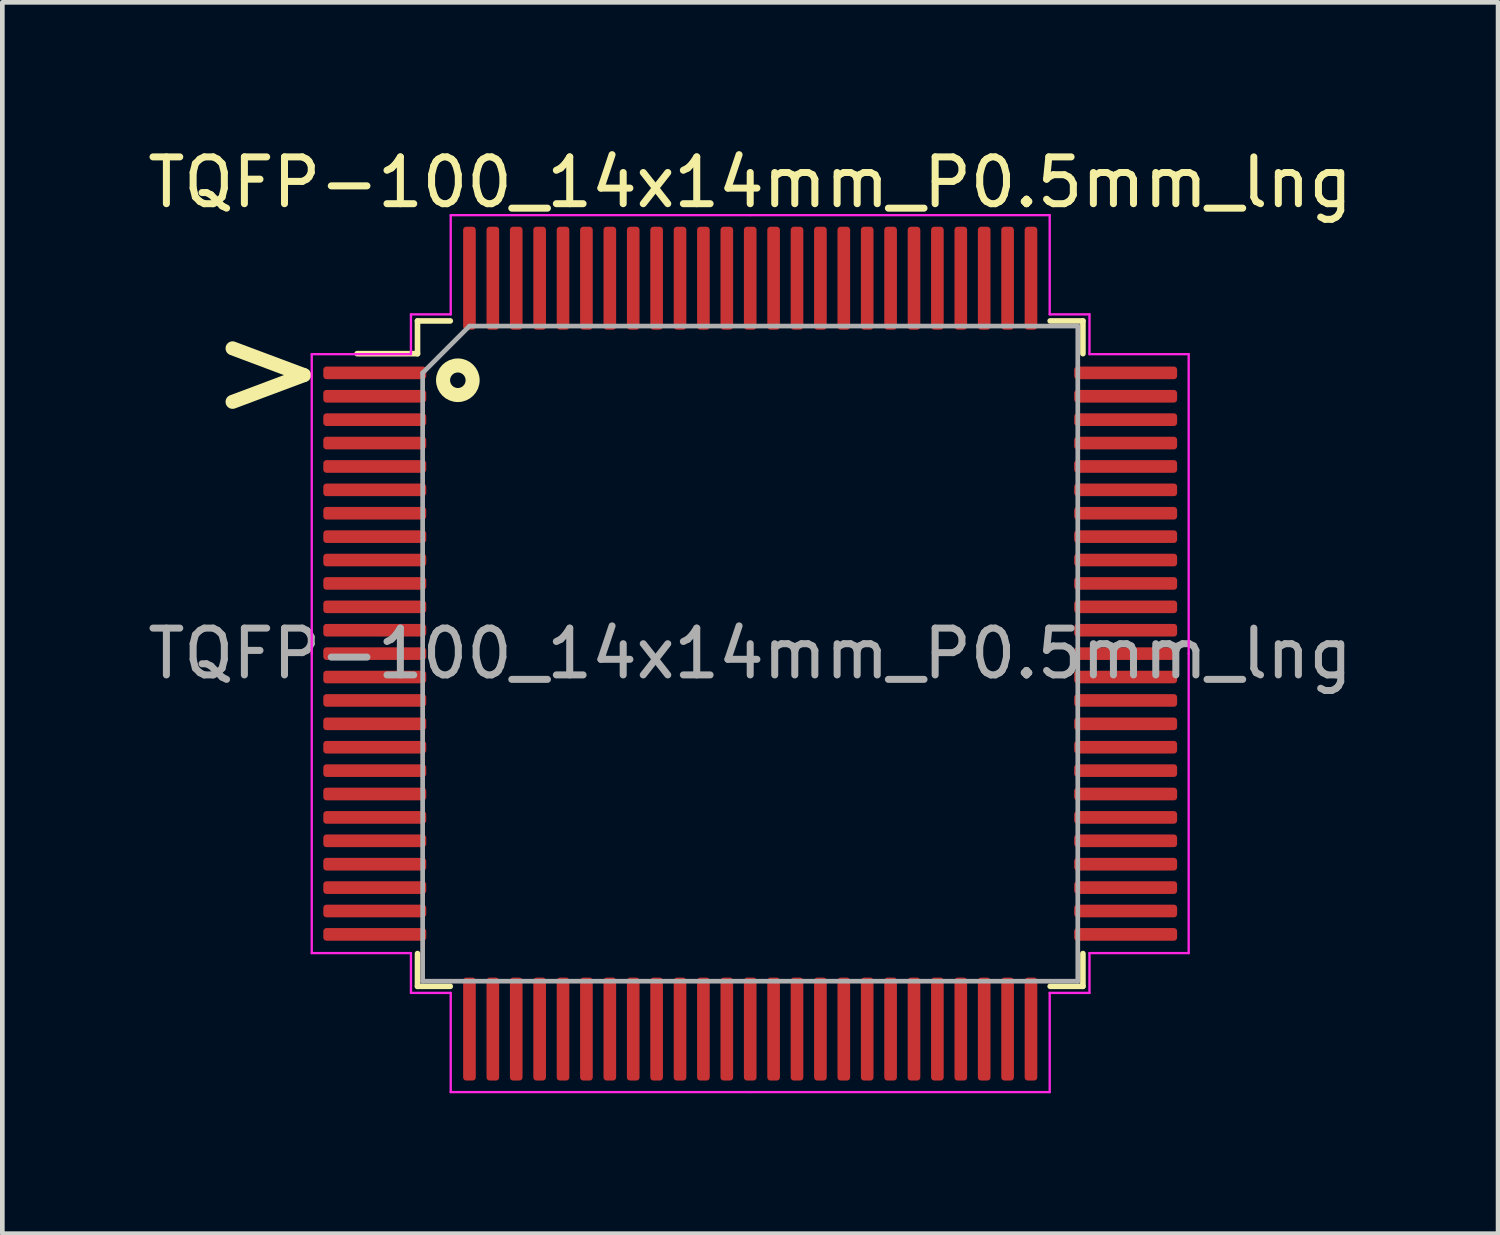
<source format=kicad_pcb>
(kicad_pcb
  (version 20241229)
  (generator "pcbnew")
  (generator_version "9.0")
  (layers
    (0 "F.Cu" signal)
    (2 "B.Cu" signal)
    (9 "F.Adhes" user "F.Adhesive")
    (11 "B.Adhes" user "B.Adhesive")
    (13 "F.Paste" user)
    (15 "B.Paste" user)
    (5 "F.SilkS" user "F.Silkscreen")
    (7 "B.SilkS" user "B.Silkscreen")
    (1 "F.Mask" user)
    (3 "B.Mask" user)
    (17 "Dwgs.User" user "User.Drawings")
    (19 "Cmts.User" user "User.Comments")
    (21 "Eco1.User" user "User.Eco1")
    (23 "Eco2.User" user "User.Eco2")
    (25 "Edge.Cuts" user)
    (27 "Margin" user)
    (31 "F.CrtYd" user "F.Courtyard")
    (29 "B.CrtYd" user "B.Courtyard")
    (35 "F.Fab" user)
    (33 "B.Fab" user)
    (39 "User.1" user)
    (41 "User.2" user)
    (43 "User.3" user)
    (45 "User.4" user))
  (footprint "TQFP-100_14x14mm_P0.5mm_lng"
    (layer "F.Cu")
    (at 12.982 10.918)
    (property "Reference" "TQFP-100_14x14mm_P0.5mm_lng" (at 0 -10.07 0) (layer "F.SilkS") (effects (font (size 1 1) (thickness 0.15))))
    (attr smd)
    (fp_line (start -7.11 -7.11) (end -7.11 -6.41) (stroke (width 0.12) (type solid)) (layer "F.SilkS"))
    (fp_line (start -7.11 -6.41) (end -8.4 -6.41) (stroke (width 0.12) (type solid)) (layer "F.SilkS"))
    (fp_line (start -7.11 7.11) (end -7.11 6.41) (stroke (width 0.12) (type solid)) (layer "F.SilkS"))
    (fp_line (start -6.41 -7.11) (end -7.11 -7.11) (stroke (width 0.12) (type solid)) (layer "F.SilkS"))
    (fp_line (start -6.41 7.11) (end -7.11 7.11) (stroke (width 0.12) (type solid)) (layer "F.SilkS"))
    (fp_line (start 6.41 -7.11) (end 7.11 -7.11) (stroke (width 0.12) (type solid)) (layer "F.SilkS"))
    (fp_line (start 6.41 7.11) (end 7.11 7.11) (stroke (width 0.12) (type solid)) (layer "F.SilkS"))
    (fp_line (start 7.11 -7.11) (end 7.11 -6.41) (stroke (width 0.12) (type solid)) (layer "F.SilkS"))
    (fp_line (start 7.11 7.11) (end 7.11 6.41) (stroke (width 0.12) (type solid)) (layer "F.SilkS"))
    (fp_circle (center -6.248 -5.842) (end -5.932 -5.842) (stroke (width 0.3) (type solid)) (fill no) (layer "F.SilkS"))
    (fp_line (start -9.37 -6.4) (end -9.37 0) (stroke (width 0.05) (type solid)) (layer "F.CrtYd"))
    (fp_line (start -9.37 6.4) (end -9.37 0) (stroke (width 0.05) (type solid)) (layer "F.CrtYd"))
    (fp_line (start -7.25 -7.25) (end -7.25 -6.4) (stroke (width 0.05) (type solid)) (layer "F.CrtYd"))
    (fp_line (start -7.25 -6.4) (end -9.37 -6.4) (stroke (width 0.05) (type solid)) (layer "F.CrtYd"))
    (fp_line (start -7.25 6.4) (end -9.37 6.4) (stroke (width 0.05) (type solid)) (layer "F.CrtYd"))
    (fp_line (start -7.25 7.25) (end -7.25 6.4) (stroke (width 0.05) (type solid)) (layer "F.CrtYd"))
    (fp_line (start -6.4 -9.37) (end -6.4 -7.25) (stroke (width 0.05) (type solid)) (layer "F.CrtYd"))
    (fp_line (start -6.4 -7.25) (end -7.25 -7.25) (stroke (width 0.05) (type solid)) (layer "F.CrtYd"))
    (fp_line (start -6.4 7.25) (end -7.25 7.25) (stroke (width 0.05) (type solid)) (layer "F.CrtYd"))
    (fp_line (start -6.4 9.37) (end -6.4 7.25) (stroke (width 0.05) (type solid)) (layer "F.CrtYd"))
    (fp_line (start 0 -9.37) (end -6.4 -9.37) (stroke (width 0.05) (type solid)) (layer "F.CrtYd"))
    (fp_line (start 0 -9.37) (end 6.4 -9.37) (stroke (width 0.05) (type solid)) (layer "F.CrtYd"))
    (fp_line (start 0 9.37) (end -6.4 9.37) (stroke (width 0.05) (type solid)) (layer "F.CrtYd"))
    (fp_line (start 0 9.37) (end 6.4 9.37) (stroke (width 0.05) (type solid)) (layer "F.CrtYd"))
    (fp_line (start 6.4 -9.37) (end 6.4 -7.25) (stroke (width 0.05) (type solid)) (layer "F.CrtYd"))
    (fp_line (start 6.4 -7.25) (end 7.25 -7.25) (stroke (width 0.05) (type solid)) (layer "F.CrtYd"))
    (fp_line (start 6.4 7.25) (end 7.25 7.25) (stroke (width 0.05) (type solid)) (layer "F.CrtYd"))
    (fp_line (start 6.4 9.37) (end 6.4 7.25) (stroke (width 0.05) (type solid)) (layer "F.CrtYd"))
    (fp_line (start 7.25 -7.25) (end 7.25 -6.4) (stroke (width 0.05) (type solid)) (layer "F.CrtYd"))
    (fp_line (start 7.25 -6.4) (end 9.37 -6.4) (stroke (width 0.05) (type solid)) (layer "F.CrtYd"))
    (fp_line (start 7.25 6.4) (end 9.37 6.4) (stroke (width 0.05) (type solid)) (layer "F.CrtYd"))
    (fp_line (start 7.25 7.25) (end 7.25 6.4) (stroke (width 0.05) (type solid)) (layer "F.CrtYd"))
    (fp_line (start 9.37 -6.4) (end 9.37 0) (stroke (width 0.05) (type solid)) (layer "F.CrtYd"))
    (fp_line (start 9.37 6.4) (end 9.37 0) (stroke (width 0.05) (type solid)) (layer "F.CrtYd"))
    (fp_line (start -7 -6) (end -6 -7) (stroke (width 0.1) (type solid)) (layer "F.Fab"))
    (fp_line (start -7 7) (end -7 -6) (stroke (width 0.1) (type solid)) (layer "F.Fab"))
    (fp_line (start -6 -7) (end 7 -7) (stroke (width 0.1) (type solid)) (layer "F.Fab"))
    (fp_line (start 7 -7) (end 7 7) (stroke (width 0.1) (type solid)) (layer "F.Fab"))
    (fp_line (start 7 7) (end -7 7) (stroke (width 0.1) (type solid)) (layer "F.Fab"))
    (fp_text user ">" (at -10.3 -6.1 0) (unlocked yes) (layer "F.SilkS") (effects (font (size 2 2) (thickness 0.3))))
    (fp_text user "${REFERENCE}" (at 0 0 0) (layer "F.Fab") (effects (font (size 1 1) (thickness 0.15))))
    (pad "1" smd roundrect (at -8.023 -6) (size 2.2 0.27) (layers "F.Cu" "F.Mask" "F.Paste") (roundrect_rratio 0.25))
    (pad "2" smd roundrect (at -8.023 -5.5) (size 2.2 0.27) (layers "F.Cu" "F.Mask" "F.Paste") (roundrect_rratio 0.25))
    (pad "3" smd roundrect (at -8.023 -5) (size 2.2 0.27) (layers "F.Cu" "F.Mask" "F.Paste") (roundrect_rratio 0.25))
    (pad "4" smd roundrect (at -8.023 -4.5) (size 2.2 0.27) (layers "F.Cu" "F.Mask" "F.Paste") (roundrect_rratio 0.25))
    (pad "5" smd roundrect (at -8.023 -4) (size 2.2 0.27) (layers "F.Cu" "F.Mask" "F.Paste") (roundrect_rratio 0.25))
    (pad "6" smd roundrect (at -8.023 -3.5) (size 2.2 0.27) (layers "F.Cu" "F.Mask" "F.Paste") (roundrect_rratio 0.25))
    (pad "7" smd roundrect (at -8.023 -3) (size 2.2 0.27) (layers "F.Cu" "F.Mask" "F.Paste") (roundrect_rratio 0.25))
    (pad "8" smd roundrect (at -8.023 -2.5) (size 2.2 0.27) (layers "F.Cu" "F.Mask" "F.Paste") (roundrect_rratio 0.25))
    (pad "9" smd roundrect (at -8.023 -2) (size 2.2 0.27) (layers "F.Cu" "F.Mask" "F.Paste") (roundrect_rratio 0.25))
    (pad "10" smd roundrect (at -8.023 -1.5) (size 2.2 0.27) (layers "F.Cu" "F.Mask" "F.Paste") (roundrect_rratio 0.25))
    (pad "11" smd roundrect (at -8.023 -1) (size 2.2 0.27) (layers "F.Cu" "F.Mask" "F.Paste") (roundrect_rratio 0.25))
    (pad "12" smd roundrect (at -8.023 -0.5) (size 2.2 0.27) (layers "F.Cu" "F.Mask" "F.Paste") (roundrect_rratio 0.25))
    (pad "13" smd roundrect (at -8.023 0) (size 2.2 0.27) (layers "F.Cu" "F.Mask" "F.Paste") (roundrect_rratio 0.25))
    (pad "14" smd roundrect (at -8.023 0.5) (size 2.2 0.27) (layers "F.Cu" "F.Mask" "F.Paste") (roundrect_rratio 0.25))
    (pad "15" smd roundrect (at -8.023 1) (size 2.2 0.27) (layers "F.Cu" "F.Mask" "F.Paste") (roundrect_rratio 0.25))
    (pad "16" smd roundrect (at -8.023 1.5) (size 2.2 0.27) (layers "F.Cu" "F.Mask" "F.Paste") (roundrect_rratio 0.25))
    (pad "17" smd roundrect (at -8.023 2) (size 2.2 0.27) (layers "F.Cu" "F.Mask" "F.Paste") (roundrect_rratio 0.25))
    (pad "18" smd roundrect (at -8.023 2.5) (size 2.2 0.27) (layers "F.Cu" "F.Mask" "F.Paste") (roundrect_rratio 0.25))
    (pad "19" smd roundrect (at -8.023 3) (size 2.2 0.27) (layers "F.Cu" "F.Mask" "F.Paste") (roundrect_rratio 0.25))
    (pad "20" smd roundrect (at -8.023 3.5) (size 2.2 0.27) (layers "F.Cu" "F.Mask" "F.Paste") (roundrect_rratio 0.25))
    (pad "21" smd roundrect (at -8.023 4) (size 2.2 0.27) (layers "F.Cu" "F.Mask" "F.Paste") (roundrect_rratio 0.25))
    (pad "22" smd roundrect (at -8.023 4.5) (size 2.2 0.27) (layers "F.Cu" "F.Mask" "F.Paste") (roundrect_rratio 0.25))
    (pad "23" smd roundrect (at -8.023 5) (size 2.2 0.27) (layers "F.Cu" "F.Mask" "F.Paste") (roundrect_rratio 0.25))
    (pad "24" smd roundrect (at -8.023 5.5) (size 2.2 0.27) (layers "F.Cu" "F.Mask" "F.Paste") (roundrect_rratio 0.25))
    (pad "25" smd roundrect (at -8.023 6) (size 2.2 0.27) (layers "F.Cu" "F.Mask" "F.Paste") (roundrect_rratio 0.25))
    (pad "26" smd roundrect (at -6 8.023) (size 0.27 2.2) (layers "F.Cu" "F.Mask" "F.Paste") (roundrect_rratio 0.25))
    (pad "27" smd roundrect (at -5.5 8.023) (size 0.27 2.2) (layers "F.Cu" "F.Mask" "F.Paste") (roundrect_rratio 0.25))
    (pad "28" smd roundrect (at -5 8.023) (size 0.27 2.2) (layers "F.Cu" "F.Mask" "F.Paste") (roundrect_rratio 0.25))
    (pad "29" smd roundrect (at -4.5 8.023) (size 0.27 2.2) (layers "F.Cu" "F.Mask" "F.Paste") (roundrect_rratio 0.25))
    (pad "30" smd roundrect (at -4 8.023) (size 0.27 2.2) (layers "F.Cu" "F.Mask" "F.Paste") (roundrect_rratio 0.25))
    (pad "31" smd roundrect (at -3.5 8.023) (size 0.27 2.2) (layers "F.Cu" "F.Mask" "F.Paste") (roundrect_rratio 0.25))
    (pad "32" smd roundrect (at -3 8.023) (size 0.27 2.2) (layers "F.Cu" "F.Mask" "F.Paste") (roundrect_rratio 0.25))
    (pad "33" smd roundrect (at -2.5 8.023) (size 0.27 2.2) (layers "F.Cu" "F.Mask" "F.Paste") (roundrect_rratio 0.25))
    (pad "34" smd roundrect (at -2 8.023) (size 0.27 2.2) (layers "F.Cu" "F.Mask" "F.Paste") (roundrect_rratio 0.25))
    (pad "35" smd roundrect (at -1.5 8.023) (size 0.27 2.2) (layers "F.Cu" "F.Mask" "F.Paste") (roundrect_rratio 0.25))
    (pad "36" smd roundrect (at -1 8.023) (size 0.27 2.2) (layers "F.Cu" "F.Mask" "F.Paste") (roundrect_rratio 0.25))
    (pad "37" smd roundrect (at -0.5 8.023) (size 0.27 2.2) (layers "F.Cu" "F.Mask" "F.Paste") (roundrect_rratio 0.25))
    (pad "38" smd roundrect (at 0 8.023) (size 0.27 2.2) (layers "F.Cu" "F.Mask" "F.Paste") (roundrect_rratio 0.25))
    (pad "39" smd roundrect (at 0.5 8.023) (size 0.27 2.2) (layers "F.Cu" "F.Mask" "F.Paste") (roundrect_rratio 0.25))
    (pad "40" smd roundrect (at 1 8.023) (size 0.27 2.2) (layers "F.Cu" "F.Mask" "F.Paste") (roundrect_rratio 0.25))
    (pad "41" smd roundrect (at 1.5 8.023) (size 0.27 2.2) (layers "F.Cu" "F.Mask" "F.Paste") (roundrect_rratio 0.25))
    (pad "42" smd roundrect (at 2 8.023) (size 0.27 2.2) (layers "F.Cu" "F.Mask" "F.Paste") (roundrect_rratio 0.25))
    (pad "43" smd roundrect (at 2.5 8.023) (size 0.27 2.2) (layers "F.Cu" "F.Mask" "F.Paste") (roundrect_rratio 0.25))
    (pad "44" smd roundrect (at 3 8.023) (size 0.27 2.2) (layers "F.Cu" "F.Mask" "F.Paste") (roundrect_rratio 0.25))
    (pad "45" smd roundrect (at 3.5 8.023) (size 0.27 2.2) (layers "F.Cu" "F.Mask" "F.Paste") (roundrect_rratio 0.25))
    (pad "46" smd roundrect (at 4 8.023) (size 0.27 2.2) (layers "F.Cu" "F.Mask" "F.Paste") (roundrect_rratio 0.25))
    (pad "47" smd roundrect (at 4.5 8.023) (size 0.27 2.2) (layers "F.Cu" "F.Mask" "F.Paste") (roundrect_rratio 0.25))
    (pad "48" smd roundrect (at 5 8.023) (size 0.27 2.2) (layers "F.Cu" "F.Mask" "F.Paste") (roundrect_rratio 0.25))
    (pad "49" smd roundrect (at 5.5 8.023) (size 0.27 2.2) (layers "F.Cu" "F.Mask" "F.Paste") (roundrect_rratio 0.25))
    (pad "50" smd roundrect (at 6 8.023) (size 0.27 2.2) (layers "F.Cu" "F.Mask" "F.Paste") (roundrect_rratio 0.25))
    (pad "51" smd roundrect (at 8.023 6) (size 2.2 0.27) (layers "F.Cu" "F.Mask" "F.Paste") (roundrect_rratio 0.25))
    (pad "52" smd roundrect (at 8.023 5.5) (size 2.2 0.27) (layers "F.Cu" "F.Mask" "F.Paste") (roundrect_rratio 0.25))
    (pad "53" smd roundrect (at 8.023 5) (size 2.2 0.27) (layers "F.Cu" "F.Mask" "F.Paste") (roundrect_rratio 0.25))
    (pad "54" smd roundrect (at 8.023 4.5) (size 2.2 0.27) (layers "F.Cu" "F.Mask" "F.Paste") (roundrect_rratio 0.25))
    (pad "55" smd roundrect (at 8.023 4) (size 2.2 0.27) (layers "F.Cu" "F.Mask" "F.Paste") (roundrect_rratio 0.25))
    (pad "56" smd roundrect (at 8.023 3.5) (size 2.2 0.27) (layers "F.Cu" "F.Mask" "F.Paste") (roundrect_rratio 0.25))
    (pad "57" smd roundrect (at 8.023 3) (size 2.2 0.27) (layers "F.Cu" "F.Mask" "F.Paste") (roundrect_rratio 0.25))
    (pad "58" smd roundrect (at 8.023 2.5) (size 2.2 0.27) (layers "F.Cu" "F.Mask" "F.Paste") (roundrect_rratio 0.25))
    (pad "59" smd roundrect (at 8.023 2) (size 2.2 0.27) (layers "F.Cu" "F.Mask" "F.Paste") (roundrect_rratio 0.25))
    (pad "60" smd roundrect (at 8.023 1.5) (size 2.2 0.27) (layers "F.Cu" "F.Mask" "F.Paste") (roundrect_rratio 0.25))
    (pad "61" smd roundrect (at 8.023 1) (size 2.2 0.27) (layers "F.Cu" "F.Mask" "F.Paste") (roundrect_rratio 0.25))
    (pad "62" smd roundrect (at 8.023 0.5) (size 2.2 0.27) (layers "F.Cu" "F.Mask" "F.Paste") (roundrect_rratio 0.25))
    (pad "63" smd roundrect (at 8.023 0) (size 2.2 0.27) (layers "F.Cu" "F.Mask" "F.Paste") (roundrect_rratio 0.25))
    (pad "64" smd roundrect (at 8.023 -0.5) (size 2.2 0.27) (layers "F.Cu" "F.Mask" "F.Paste") (roundrect_rratio 0.25))
    (pad "65" smd roundrect (at 8.023 -1) (size 2.2 0.27) (layers "F.Cu" "F.Mask" "F.Paste") (roundrect_rratio 0.25))
    (pad "66" smd roundrect (at 8.023 -1.5) (size 2.2 0.27) (layers "F.Cu" "F.Mask" "F.Paste") (roundrect_rratio 0.25))
    (pad "67" smd roundrect (at 8.023 -2) (size 2.2 0.27) (layers "F.Cu" "F.Mask" "F.Paste") (roundrect_rratio 0.25))
    (pad "68" smd roundrect (at 8.023 -2.5) (size 2.2 0.27) (layers "F.Cu" "F.Mask" "F.Paste") (roundrect_rratio 0.25))
    (pad "69" smd roundrect (at 8.023 -3) (size 2.2 0.27) (layers "F.Cu" "F.Mask" "F.Paste") (roundrect_rratio 0.25))
    (pad "70" smd roundrect (at 8.023 -3.5) (size 2.2 0.27) (layers "F.Cu" "F.Mask" "F.Paste") (roundrect_rratio 0.25))
    (pad "71" smd roundrect (at 8.023 -4) (size 2.2 0.27) (layers "F.Cu" "F.Mask" "F.Paste") (roundrect_rratio 0.25))
    (pad "72" smd roundrect (at 8.023 -4.5) (size 2.2 0.27) (layers "F.Cu" "F.Mask" "F.Paste") (roundrect_rratio 0.25))
    (pad "73" smd roundrect (at 8.023 -5) (size 2.2 0.27) (layers "F.Cu" "F.Mask" "F.Paste") (roundrect_rratio 0.25))
    (pad "74" smd roundrect (at 8.023 -5.5) (size 2.2 0.27) (layers "F.Cu" "F.Mask" "F.Paste") (roundrect_rratio 0.25))
    (pad "75" smd roundrect (at 8.023 -6) (size 2.2 0.27) (layers "F.Cu" "F.Mask" "F.Paste") (roundrect_rratio 0.25))
    (pad "76" smd roundrect (at 6 -8.023) (size 0.27 2.2) (layers "F.Cu" "F.Mask" "F.Paste") (roundrect_rratio 0.25))
    (pad "77" smd roundrect (at 5.5 -8.023) (size 0.27 2.2) (layers "F.Cu" "F.Mask" "F.Paste") (roundrect_rratio 0.25))
    (pad "78" smd roundrect (at 5 -8.023) (size 0.27 2.2) (layers "F.Cu" "F.Mask" "F.Paste") (roundrect_rratio 0.25))
    (pad "79" smd roundrect (at 4.5 -8.023) (size 0.27 2.2) (layers "F.Cu" "F.Mask" "F.Paste") (roundrect_rratio 0.25))
    (pad "80" smd roundrect (at 4 -8.023) (size 0.27 2.2) (layers "F.Cu" "F.Mask" "F.Paste") (roundrect_rratio 0.25))
    (pad "81" smd roundrect (at 3.5 -8.023) (size 0.27 2.2) (layers "F.Cu" "F.Mask" "F.Paste") (roundrect_rratio 0.25))
    (pad "82" smd roundrect (at 3 -8.023) (size 0.27 2.2) (layers "F.Cu" "F.Mask" "F.Paste") (roundrect_rratio 0.25))
    (pad "83" smd roundrect (at 2.5 -8.023) (size 0.27 2.2) (layers "F.Cu" "F.Mask" "F.Paste") (roundrect_rratio 0.25))
    (pad "84" smd roundrect (at 2 -8.023) (size 0.27 2.2) (layers "F.Cu" "F.Mask" "F.Paste") (roundrect_rratio 0.25))
    (pad "85" smd roundrect (at 1.5 -8.023) (size 0.27 2.2) (layers "F.Cu" "F.Mask" "F.Paste") (roundrect_rratio 0.25))
    (pad "86" smd roundrect (at 1 -8.023) (size 0.27 2.2) (layers "F.Cu" "F.Mask" "F.Paste") (roundrect_rratio 0.25))
    (pad "87" smd roundrect (at 0.5 -8.023) (size 0.27 2.2) (layers "F.Cu" "F.Mask" "F.Paste") (roundrect_rratio 0.25))
    (pad "88" smd roundrect (at 0 -8.023) (size 0.27 2.2) (layers "F.Cu" "F.Mask" "F.Paste") (roundrect_rratio 0.25))
    (pad "89" smd roundrect (at -0.5 -8.023) (size 0.27 2.2) (layers "F.Cu" "F.Mask" "F.Paste") (roundrect_rratio 0.25))
    (pad "90" smd roundrect (at -1 -8.023) (size 0.27 2.2) (layers "F.Cu" "F.Mask" "F.Paste") (roundrect_rratio 0.25))
    (pad "91" smd roundrect (at -1.5 -8.023) (size 0.27 2.2) (layers "F.Cu" "F.Mask" "F.Paste") (roundrect_rratio 0.25))
    (pad "92" smd roundrect (at -2 -8.023) (size 0.27 2.2) (layers "F.Cu" "F.Mask" "F.Paste") (roundrect_rratio 0.25))
    (pad "93" smd roundrect (at -2.5 -8.023) (size 0.27 2.2) (layers "F.Cu" "F.Mask" "F.Paste") (roundrect_rratio 0.25))
    (pad "94" smd roundrect (at -3 -8.023) (size 0.27 2.2) (layers "F.Cu" "F.Mask" "F.Paste") (roundrect_rratio 0.25))
    (pad "95" smd roundrect (at -3.5 -8.023) (size 0.27 2.2) (layers "F.Cu" "F.Mask" "F.Paste") (roundrect_rratio 0.25))
    (pad "96" smd roundrect (at -4 -8.023) (size 0.27 2.2) (layers "F.Cu" "F.Mask" "F.Paste") (roundrect_rratio 0.25))
    (pad "97" smd roundrect (at -4.5 -8.023) (size 0.27 2.2) (layers "F.Cu" "F.Mask" "F.Paste") (roundrect_rratio 0.25))
    (pad "98" smd roundrect (at -5 -8.023) (size 0.27 2.2) (layers "F.Cu" "F.Mask" "F.Paste") (roundrect_rratio 0.25))
    (pad "99" smd roundrect (at -5.5 -8.023) (size 0.27 2.2) (layers "F.Cu" "F.Mask" "F.Paste") (roundrect_rratio 0.25))
    (pad "100" smd roundrect (at -6 -8.023) (size 0.27 2.2) (layers "F.Cu" "F.Mask" "F.Paste") (roundrect_rratio 0.25)))
  (gr_rect
    (start -3 -3)
    (end 28.964 23.313)
    (stroke (width 0.1) (type default))
    (fill no)
    (layer "Edge.Cuts")))
</source>
